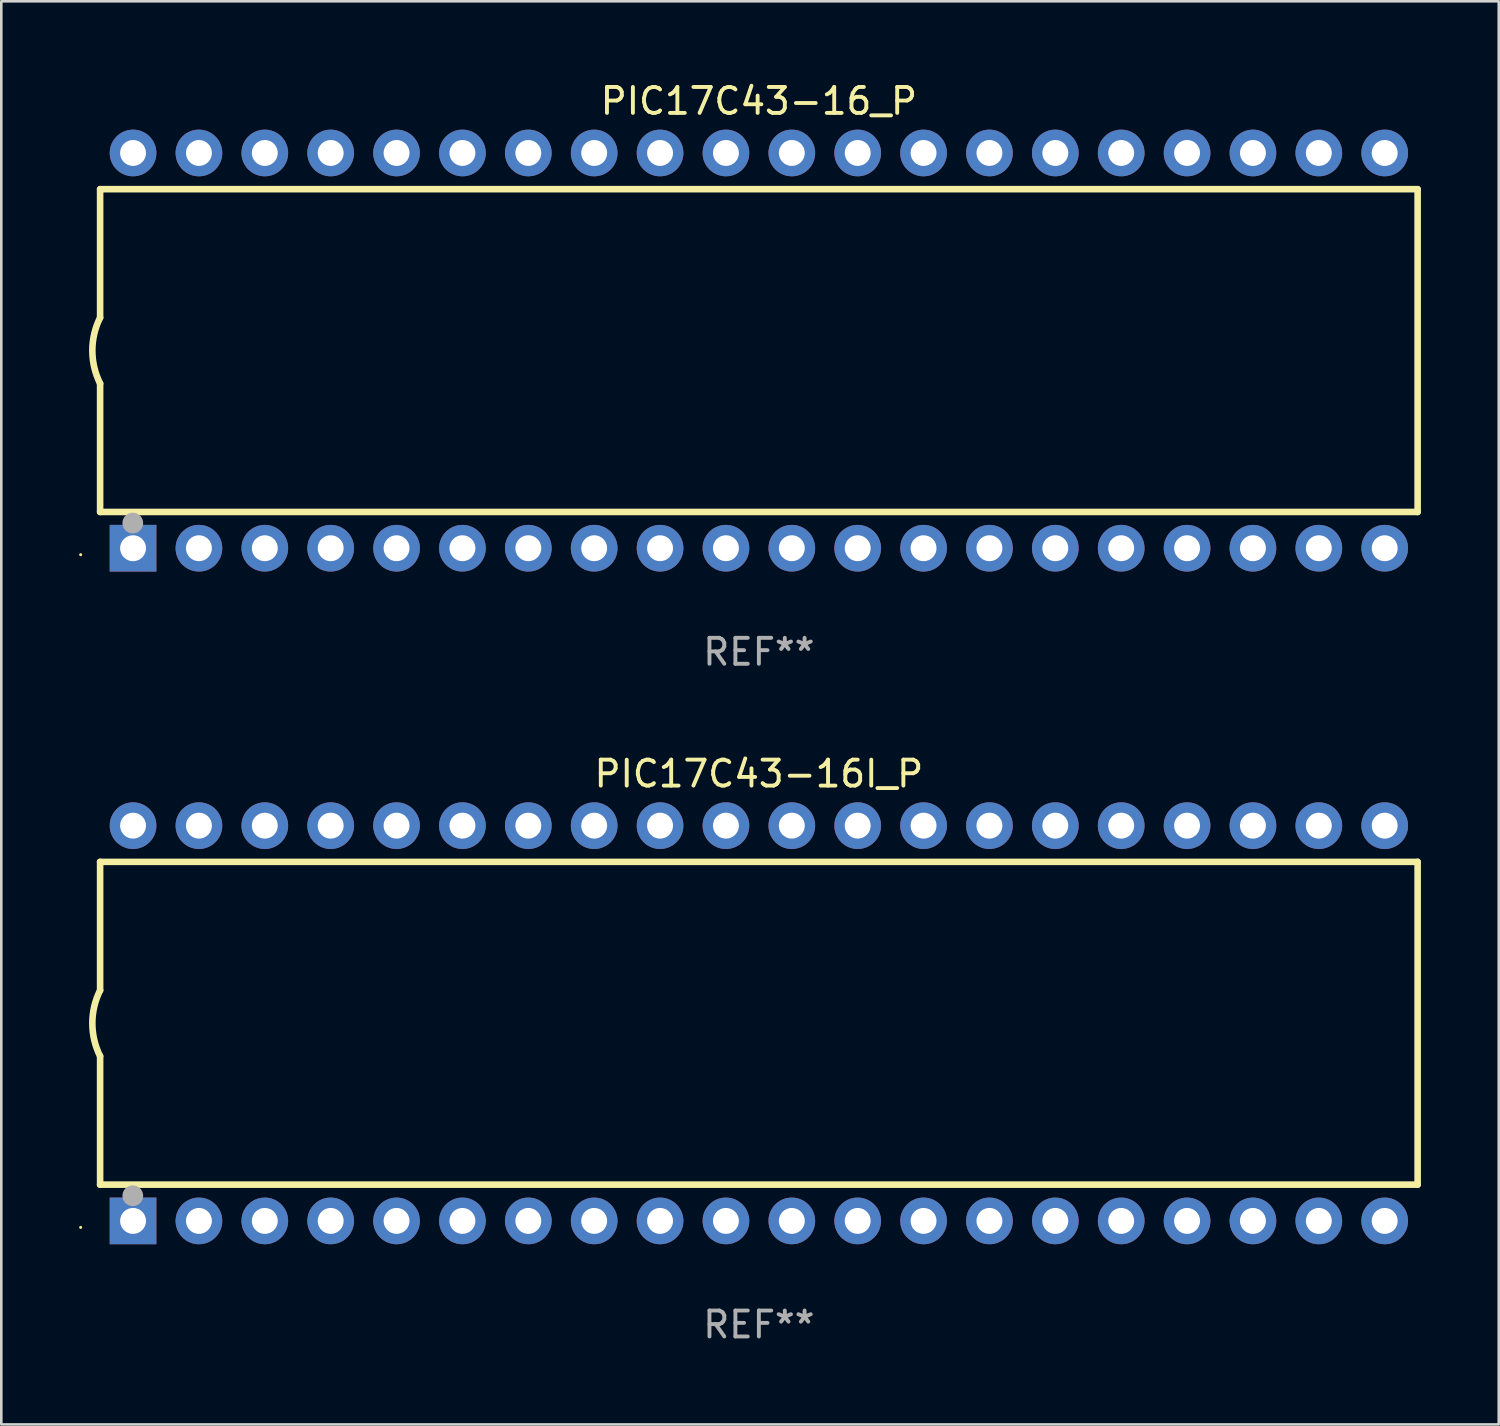
<source format=kicad_pcb>
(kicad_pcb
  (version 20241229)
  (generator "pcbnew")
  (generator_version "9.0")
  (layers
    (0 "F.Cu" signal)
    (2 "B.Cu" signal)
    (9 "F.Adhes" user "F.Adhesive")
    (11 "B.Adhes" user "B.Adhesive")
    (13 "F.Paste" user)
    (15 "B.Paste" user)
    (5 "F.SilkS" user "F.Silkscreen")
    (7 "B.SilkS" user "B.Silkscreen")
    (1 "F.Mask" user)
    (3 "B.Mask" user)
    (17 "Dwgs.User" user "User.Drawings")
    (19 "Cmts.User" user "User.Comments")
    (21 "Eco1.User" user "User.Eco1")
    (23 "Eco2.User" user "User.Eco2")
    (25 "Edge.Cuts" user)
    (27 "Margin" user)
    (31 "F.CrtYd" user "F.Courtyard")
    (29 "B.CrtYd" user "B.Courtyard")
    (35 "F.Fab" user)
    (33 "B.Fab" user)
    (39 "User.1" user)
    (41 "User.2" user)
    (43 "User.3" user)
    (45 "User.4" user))
  (footprint "PIC17C43-16I_P"
    (layer "F.Cu")
    (at 26.21 36.405)
    (property "Reference" "PIC17C43-16I_P" (at 0 -9.62 0) (layer "F.SilkS") (effects (font (size 1 1) (thickness 0.15))))
    (attr through_hole)
    (fp_line (start -25.4 -6.224) (end -25.4 -1.271) (stroke (width 0.254) (type solid)) (layer "F.SilkS"))
    (fp_line (start -25.4 -6.224) (end 25.4 -6.224) (stroke (width 0.254) (type solid)) (layer "F.SilkS"))
    (fp_line (start -25.4 1.269) (end -25.4 6.222) (stroke (width 0.254) (type solid)) (layer "F.SilkS"))
    (fp_line (start -25.4 6.222) (end 25.4 6.222) (stroke (width 0.254) (type solid)) (layer "F.SilkS"))
    (fp_line (start 25.4 6.222) (end 25.4 -6.224) (stroke (width 0.254) (type solid)) (layer "F.SilkS"))
    (fp_arc (start -25.4 1.269241) (mid -25.699807 -0.000762) (end -25.4 -1.270765) (stroke (width 0.254001) (type solid)) (layer "F.SilkS"))
    (fp_circle (center -26.15 7.87) (end -26.12 7.87) (stroke (width 0.06) (type solid)) (fill no) (layer "F.SilkS"))
    (fp_circle (center -24.14 6.65) (end -23.94 6.65) (stroke (width 0.4) (type solid)) (fill no) (layer "F.Fab"))
    (fp_text user "REF**" (at 0 11.62 0) (layer "F.Fab") (effects (font (size 1 1) (thickness 0.15))))
    (pad "1" thru_hole rect (at -24.13 7.62 90) (size 1.8 1.8) (drill 1) (layers "*.Cu" "*.Mask"))
    (pad "2" thru_hole circle (at -21.59 7.62) (size 1.8 1.8) (drill 1) (layers "*.Cu" "*.Mask"))
    (pad "3" thru_hole circle (at -19.05 7.62) (size 1.8 1.8) (drill 1) (layers "*.Cu" "*.Mask"))
    (pad "4" thru_hole circle (at -16.51 7.62) (size 1.8 1.8) (drill 1) (layers "*.Cu" "*.Mask"))
    (pad "5" thru_hole circle (at -13.97 7.62) (size 1.8 1.8) (drill 1) (layers "*.Cu" "*.Mask"))
    (pad "6" thru_hole circle (at -11.43 7.62) (size 1.8 1.8) (drill 1) (layers "*.Cu" "*.Mask"))
    (pad "7" thru_hole circle (at -8.89 7.62) (size 1.8 1.8) (drill 1) (layers "*.Cu" "*.Mask"))
    (pad "8" thru_hole circle (at -6.35 7.62) (size 1.8 1.8) (drill 1) (layers "*.Cu" "*.Mask"))
    (pad "9" thru_hole circle (at -3.81 7.62) (size 1.8 1.8) (drill 1) (layers "*.Cu" "*.Mask"))
    (pad "10" thru_hole circle (at -1.27 7.62) (size 1.8 1.8) (drill 1) (layers "*.Cu" "*.Mask"))
    (pad "11" thru_hole circle (at 1.27 7.62) (size 1.8 1.8) (drill 1) (layers "*.Cu" "*.Mask"))
    (pad "12" thru_hole circle (at 3.81 7.62) (size 1.8 1.8) (drill 1) (layers "*.Cu" "*.Mask"))
    (pad "13" thru_hole circle (at 6.35 7.62) (size 1.8 1.8) (drill 1) (layers "*.Cu" "*.Mask"))
    (pad "14" thru_hole circle (at 8.89 7.62) (size 1.8 1.8) (drill 1) (layers "*.Cu" "*.Mask"))
    (pad "15" thru_hole circle (at 11.43 7.62) (size 1.8 1.8) (drill 1) (layers "*.Cu" "*.Mask"))
    (pad "16" thru_hole circle (at 13.97 7.62) (size 1.8 1.8) (drill 1) (layers "*.Cu" "*.Mask"))
    (pad "17" thru_hole circle (at 16.51 7.62) (size 1.8 1.8) (drill 1) (layers "*.Cu" "*.Mask"))
    (pad "18" thru_hole circle (at 19.05 7.62) (size 1.8 1.8) (drill 1) (layers "*.Cu" "*.Mask"))
    (pad "19" thru_hole circle (at 21.59 7.62) (size 1.8 1.8) (drill 1) (layers "*.Cu" "*.Mask"))
    (pad "20" thru_hole circle (at 24.13 7.62) (size 1.8 1.8) (drill 1) (layers "*.Cu" "*.Mask"))
    (pad "21" thru_hole circle (at 24.13 -7.62) (size 1.8 1.8) (drill 1) (layers "*.Cu" "*.Mask"))
    (pad "22" thru_hole circle (at 21.59 -7.62) (size 1.8 1.8) (drill 1) (layers "*.Cu" "*.Mask"))
    (pad "23" thru_hole circle (at 19.05 -7.62) (size 1.8 1.8) (drill 1) (layers "*.Cu" "*.Mask"))
    (pad "24" thru_hole circle (at 16.51 -7.62) (size 1.8 1.8) (drill 1) (layers "*.Cu" "*.Mask"))
    (pad "25" thru_hole circle (at 13.97 -7.62) (size 1.8 1.8) (drill 1) (layers "*.Cu" "*.Mask"))
    (pad "26" thru_hole circle (at 11.43 -7.62) (size 1.8 1.8) (drill 1) (layers "*.Cu" "*.Mask"))
    (pad "27" thru_hole circle (at 8.89 -7.62) (size 1.8 1.8) (drill 1) (layers "*.Cu" "*.Mask"))
    (pad "28" thru_hole circle (at 6.35 -7.62) (size 1.8 1.8) (drill 1) (layers "*.Cu" "*.Mask"))
    (pad "29" thru_hole circle (at 3.81 -7.62) (size 1.8 1.8) (drill 1) (layers "*.Cu" "*.Mask"))
    (pad "30" thru_hole circle (at 1.27 -7.62) (size 1.8 1.8) (drill 1) (layers "*.Cu" "*.Mask"))
    (pad "31" thru_hole circle (at -1.27 -7.62) (size 1.8 1.8) (drill 1) (layers "*.Cu" "*.Mask"))
    (pad "32" thru_hole circle (at -3.81 -7.62) (size 1.8 1.8) (drill 1) (layers "*.Cu" "*.Mask"))
    (pad "33" thru_hole circle (at -6.35 -7.62) (size 1.8 1.8) (drill 1) (layers "*.Cu" "*.Mask"))
    (pad "34" thru_hole circle (at -8.89 -7.62) (size 1.8 1.8) (drill 1) (layers "*.Cu" "*.Mask"))
    (pad "35" thru_hole circle (at -11.43 -7.62) (size 1.8 1.8) (drill 1) (layers "*.Cu" "*.Mask"))
    (pad "36" thru_hole circle (at -13.97 -7.62) (size 1.8 1.8) (drill 1) (layers "*.Cu" "*.Mask"))
    (pad "37" thru_hole circle (at -16.51 -7.62) (size 1.8 1.8) (drill 1) (layers "*.Cu" "*.Mask"))
    (pad "38" thru_hole circle (at -19.05 -7.62) (size 1.8 1.8) (drill 1) (layers "*.Cu" "*.Mask"))
    (pad "39" thru_hole circle (at -21.59 -7.62) (size 1.8 1.8) (drill 1) (layers "*.Cu" "*.Mask"))
    (pad "40" thru_hole circle (at -24.13 -7.62) (size 1.8 1.8) (drill 1) (layers "*.Cu" "*.Mask")))
  (footprint "PIC17C43-16_P"
    (layer "F.Cu")
    (at 26.21 10.468)
    (property "Reference" "PIC17C43-16_P" (at 0 -9.62 0) (layer "F.SilkS") (effects (font (size 1 1) (thickness 0.15))))
    (attr through_hole)
    (fp_line (start -25.4 -6.224) (end -25.4 -1.271) (stroke (width 0.254) (type solid)) (layer "F.SilkS"))
    (fp_line (start -25.4 -6.224) (end 25.4 -6.224) (stroke (width 0.254) (type solid)) (layer "F.SilkS"))
    (fp_line (start -25.4 1.269) (end -25.4 6.222) (stroke (width 0.254) (type solid)) (layer "F.SilkS"))
    (fp_line (start -25.4 6.222) (end 25.4 6.222) (stroke (width 0.254) (type solid)) (layer "F.SilkS"))
    (fp_line (start 25.4 6.222) (end 25.4 -6.224) (stroke (width 0.254) (type solid)) (layer "F.SilkS"))
    (fp_arc (start -25.4 1.269241) (mid -25.699807 -0.000762) (end -25.4 -1.270765) (stroke (width 0.254001) (type solid)) (layer "F.SilkS"))
    (fp_circle (center -26.15 7.87) (end -26.12 7.87) (stroke (width 0.06) (type solid)) (fill no) (layer "F.SilkS"))
    (fp_circle (center -24.14 6.65) (end -23.94 6.65) (stroke (width 0.4) (type solid)) (fill no) (layer "F.Fab"))
    (fp_text user "REF**" (at 0 11.62 0) (layer "F.Fab") (effects (font (size 1 1) (thickness 0.15))))
    (pad "1" thru_hole rect (at -24.13 7.62 90) (size 1.8 1.8) (drill 1) (layers "*.Cu" "*.Mask"))
    (pad "2" thru_hole circle (at -21.59 7.62) (size 1.8 1.8) (drill 1) (layers "*.Cu" "*.Mask"))
    (pad "3" thru_hole circle (at -19.05 7.62) (size 1.8 1.8) (drill 1) (layers "*.Cu" "*.Mask"))
    (pad "4" thru_hole circle (at -16.51 7.62) (size 1.8 1.8) (drill 1) (layers "*.Cu" "*.Mask"))
    (pad "5" thru_hole circle (at -13.97 7.62) (size 1.8 1.8) (drill 1) (layers "*.Cu" "*.Mask"))
    (pad "6" thru_hole circle (at -11.43 7.62) (size 1.8 1.8) (drill 1) (layers "*.Cu" "*.Mask"))
    (pad "7" thru_hole circle (at -8.89 7.62) (size 1.8 1.8) (drill 1) (layers "*.Cu" "*.Mask"))
    (pad "8" thru_hole circle (at -6.35 7.62) (size 1.8 1.8) (drill 1) (layers "*.Cu" "*.Mask"))
    (pad "9" thru_hole circle (at -3.81 7.62) (size 1.8 1.8) (drill 1) (layers "*.Cu" "*.Mask"))
    (pad "10" thru_hole circle (at -1.27 7.62) (size 1.8 1.8) (drill 1) (layers "*.Cu" "*.Mask"))
    (pad "11" thru_hole circle (at 1.27 7.62) (size 1.8 1.8) (drill 1) (layers "*.Cu" "*.Mask"))
    (pad "12" thru_hole circle (at 3.81 7.62) (size 1.8 1.8) (drill 1) (layers "*.Cu" "*.Mask"))
    (pad "13" thru_hole circle (at 6.35 7.62) (size 1.8 1.8) (drill 1) (layers "*.Cu" "*.Mask"))
    (pad "14" thru_hole circle (at 8.89 7.62) (size 1.8 1.8) (drill 1) (layers "*.Cu" "*.Mask"))
    (pad "15" thru_hole circle (at 11.43 7.62) (size 1.8 1.8) (drill 1) (layers "*.Cu" "*.Mask"))
    (pad "16" thru_hole circle (at 13.97 7.62) (size 1.8 1.8) (drill 1) (layers "*.Cu" "*.Mask"))
    (pad "17" thru_hole circle (at 16.51 7.62) (size 1.8 1.8) (drill 1) (layers "*.Cu" "*.Mask"))
    (pad "18" thru_hole circle (at 19.05 7.62) (size 1.8 1.8) (drill 1) (layers "*.Cu" "*.Mask"))
    (pad "19" thru_hole circle (at 21.59 7.62) (size 1.8 1.8) (drill 1) (layers "*.Cu" "*.Mask"))
    (pad "20" thru_hole circle (at 24.13 7.62) (size 1.8 1.8) (drill 1) (layers "*.Cu" "*.Mask"))
    (pad "21" thru_hole circle (at 24.13 -7.62) (size 1.8 1.8) (drill 1) (layers "*.Cu" "*.Mask"))
    (pad "22" thru_hole circle (at 21.59 -7.62) (size 1.8 1.8) (drill 1) (layers "*.Cu" "*.Mask"))
    (pad "23" thru_hole circle (at 19.05 -7.62) (size 1.8 1.8) (drill 1) (layers "*.Cu" "*.Mask"))
    (pad "24" thru_hole circle (at 16.51 -7.62) (size 1.8 1.8) (drill 1) (layers "*.Cu" "*.Mask"))
    (pad "25" thru_hole circle (at 13.97 -7.62) (size 1.8 1.8) (drill 1) (layers "*.Cu" "*.Mask"))
    (pad "26" thru_hole circle (at 11.43 -7.62) (size 1.8 1.8) (drill 1) (layers "*.Cu" "*.Mask"))
    (pad "27" thru_hole circle (at 8.89 -7.62) (size 1.8 1.8) (drill 1) (layers "*.Cu" "*.Mask"))
    (pad "28" thru_hole circle (at 6.35 -7.62) (size 1.8 1.8) (drill 1) (layers "*.Cu" "*.Mask"))
    (pad "29" thru_hole circle (at 3.81 -7.62) (size 1.8 1.8) (drill 1) (layers "*.Cu" "*.Mask"))
    (pad "30" thru_hole circle (at 1.27 -7.62) (size 1.8 1.8) (drill 1) (layers "*.Cu" "*.Mask"))
    (pad "31" thru_hole circle (at -1.27 -7.62) (size 1.8 1.8) (drill 1) (layers "*.Cu" "*.Mask"))
    (pad "32" thru_hole circle (at -3.81 -7.62) (size 1.8 1.8) (drill 1) (layers "*.Cu" "*.Mask"))
    (pad "33" thru_hole circle (at -6.35 -7.62) (size 1.8 1.8) (drill 1) (layers "*.Cu" "*.Mask"))
    (pad "34" thru_hole circle (at -8.89 -7.62) (size 1.8 1.8) (drill 1) (layers "*.Cu" "*.Mask"))
    (pad "35" thru_hole circle (at -11.43 -7.62) (size 1.8 1.8) (drill 1) (layers "*.Cu" "*.Mask"))
    (pad "36" thru_hole circle (at -13.97 -7.62) (size 1.8 1.8) (drill 1) (layers "*.Cu" "*.Mask"))
    (pad "37" thru_hole circle (at -16.51 -7.62) (size 1.8 1.8) (drill 1) (layers "*.Cu" "*.Mask"))
    (pad "38" thru_hole circle (at -19.05 -7.62) (size 1.8 1.8) (drill 1) (layers "*.Cu" "*.Mask"))
    (pad "39" thru_hole circle (at -21.59 -7.62) (size 1.8 1.8) (drill 1) (layers "*.Cu" "*.Mask"))
    (pad "40" thru_hole circle (at -24.13 -7.62) (size 1.8 1.8) (drill 1) (layers "*.Cu" "*.Mask")))
  (gr_rect
    (start -3 -3)
    (end 54.737 51.873)
    (stroke (width 0.1) (type default))
    (fill no)
    (layer "Edge.Cuts")))
</source>
